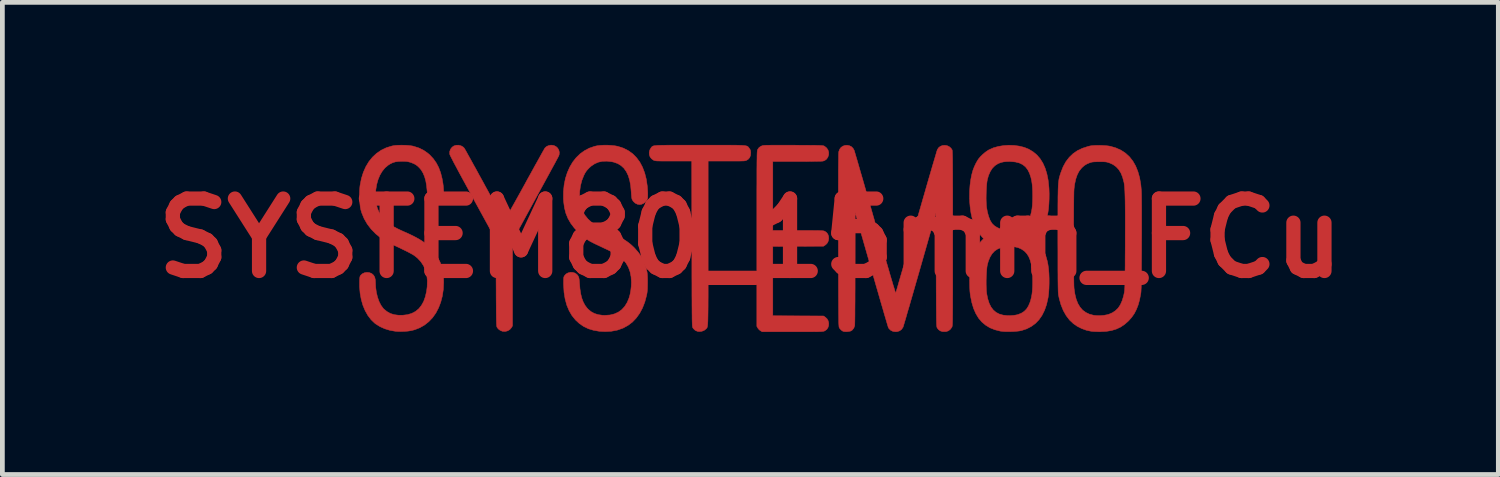
<source format=kicad_pcb>
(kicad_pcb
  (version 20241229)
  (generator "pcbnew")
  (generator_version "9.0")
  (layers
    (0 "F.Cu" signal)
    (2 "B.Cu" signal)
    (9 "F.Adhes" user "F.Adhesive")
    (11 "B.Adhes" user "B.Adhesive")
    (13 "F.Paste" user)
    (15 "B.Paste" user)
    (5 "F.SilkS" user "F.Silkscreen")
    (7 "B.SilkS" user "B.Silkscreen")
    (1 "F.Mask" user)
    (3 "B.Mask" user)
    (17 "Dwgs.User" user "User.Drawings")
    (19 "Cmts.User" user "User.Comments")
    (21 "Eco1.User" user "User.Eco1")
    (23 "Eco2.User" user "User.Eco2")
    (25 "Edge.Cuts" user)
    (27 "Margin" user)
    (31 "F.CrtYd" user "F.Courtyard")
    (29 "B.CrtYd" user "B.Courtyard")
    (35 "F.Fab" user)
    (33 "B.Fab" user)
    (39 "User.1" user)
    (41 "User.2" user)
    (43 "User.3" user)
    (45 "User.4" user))
  (footprint "SYSTEM80_15mm_FCu"
    (layer "F.Cu")
    (at 12.744 1.964)
    (property "Reference" "SYSTEM80_15mm_FCu" (at 0 0 0) (layer "F.Cu") (effects (font (size 1.524 1.524) (thickness 0.3))))
    (attr through_hole)
    (fp_poly (pts (xy -4.137 -1.952) (xy -4.092 -1.93) (xy -4.056 -1.897) (xy -4.032 -1.855) (xy -4.021 -1.809) (xy -4.025 -1.759) (xy -4.034 -1.732) (xy -4.041 -1.719) (xy -4.056 -1.69) (xy -4.078 -1.649) (xy -4.107 -1.594) (xy -4.143 -1.528) (xy -4.185 -1.452) (xy -4.231 -1.366) (xy -4.283 -1.271) (xy -4.338 -1.17) (xy -4.397 -1.062) (xy -4.459 -0.949) (xy -4.523 -0.832) (xy -4.53 -0.819) (xy -5.007 0.054) (xy -5.007 1.844) (xy -5.029 1.882) (xy -5.062 1.921) (xy -5.106 1.948) (xy -5.157 1.962) (xy -5.21 1.96) (xy -5.22 1.958) (xy -5.265 1.94) (xy -5.305 1.91) (xy -5.332 1.875) (xy -5.334 1.869) (xy -5.337 1.862) (xy -5.339 1.851) (xy -5.341 1.836) (xy -5.342 1.815) (xy -5.344 1.789) (xy -5.345 1.755) (xy -5.346 1.712) (xy -5.347 1.66) (xy -5.348 1.598) (xy -5.349 1.523) (xy -5.349 1.436) (xy -5.35 1.335) (xy -5.351 1.219) (xy -5.351 1.087) (xy -5.352 0.939) (xy -5.357 0.032) (xy -5.84 -0.85) (xy -5.921 -0.999) (xy -5.994 -1.133) (xy -6.059 -1.252) (xy -6.116 -1.357) (xy -6.165 -1.449) (xy -6.207 -1.528) (xy -6.243 -1.594) (xy -6.271 -1.65) (xy -6.294 -1.694) (xy -6.311 -1.728) (xy -6.322 -1.752) (xy -6.328 -1.768) (xy -6.329 -1.772) (xy -6.328 -1.827) (xy -6.31 -1.875) (xy -6.278 -1.916) (xy -6.241 -1.942) (xy -6.193 -1.957) (xy -6.142 -1.958) (xy -6.092 -1.946) (xy -6.049 -1.922) (xy -6.021 -1.895) (xy -6.014 -1.882) (xy -5.998 -1.855) (xy -5.975 -1.815) (xy -5.946 -1.762) (xy -5.91 -1.697) (xy -5.869 -1.623) (xy -5.823 -1.539) (xy -5.772 -1.448) (xy -5.719 -1.35) (xy -5.662 -1.247) (xy -5.603 -1.139) (xy -5.593 -1.12) (xy -5.534 -1.013) (xy -5.478 -0.91) (xy -5.424 -0.812) (xy -5.375 -0.722) (xy -5.329 -0.639) (xy -5.289 -0.565) (xy -5.254 -0.502) (xy -5.225 -0.449) (xy -5.203 -0.409) (xy -5.188 -0.382) (xy -5.181 -0.37) (xy -5.18 -0.37) (xy -5.175 -0.376) (xy -5.162 -0.398) (xy -5.141 -0.433) (xy -5.114 -0.481) (xy -5.08 -0.541) (xy -5.04 -0.611) (xy -4.995 -0.691) (xy -4.946 -0.779) (xy -4.893 -0.874) (xy -4.837 -0.975) (xy -4.778 -1.082) (xy -4.758 -1.118) (xy -4.699 -1.227) (xy -4.641 -1.331) (xy -4.586 -1.431) (xy -4.535 -1.524) (xy -4.487 -1.609) (xy -4.445 -1.685) (xy -4.408 -1.752) (xy -4.377 -1.808) (xy -4.352 -1.851) (xy -4.335 -1.882) (xy -4.326 -1.898) (xy -4.324 -1.899) (xy -4.295 -1.927) (xy -4.255 -1.947) (xy -4.208 -1.958) (xy -4.188 -1.959) (xy -4.137 -1.952)) (stroke (width 0.01) (type solid)) (fill yes) (layer "F.Cu"))
    (fp_poly (pts (xy 0.715 -1.958) (xy 0.839 -1.958) (xy 0.912 -1.958) (xy 1.033 -1.957) (xy 1.137 -1.957) (xy 1.225 -1.956) (xy 1.3 -1.955) (xy 1.361 -1.955) (xy 1.412 -1.954) (xy 1.452 -1.953) (xy 1.483 -1.951) (xy 1.507 -1.95) (xy 1.524 -1.948) (xy 1.537 -1.946) (xy 1.547 -1.943) (xy 1.554 -1.94) (xy 1.559 -1.937) (xy 1.603 -1.902) (xy 1.634 -1.858) (xy 1.649 -1.808) (xy 1.648 -1.757) (xy 1.631 -1.706) (xy 1.602 -1.664) (xy 1.566 -1.637) (xy 1.528 -1.623) (xy 1.512 -1.622) (xy 1.48 -1.62) (xy 1.434 -1.619) (xy 1.374 -1.618) (xy 1.304 -1.617) (xy 1.224 -1.616) (xy 1.137 -1.615) (xy 1.044 -1.615) (xy 0.982 -1.615) (xy 0.472 -1.615) (xy 0.472 -0.163) (xy 1 -0.163) (xy 1.112 -0.163) (xy 1.207 -0.163) (xy 1.287 -0.163) (xy 1.353 -0.162) (xy 1.406 -0.162) (xy 1.449 -0.161) (xy 1.483 -0.159) (xy 1.509 -0.158) (xy 1.528 -0.156) (xy 1.543 -0.154) (xy 1.554 -0.151) (xy 1.563 -0.147) (xy 1.566 -0.146) (xy 1.604 -0.12) (xy 1.631 -0.083) (xy 1.646 -0.039) (xy 1.65 0.009) (xy 1.641 0.056) (xy 1.621 0.099) (xy 1.588 0.135) (xy 1.578 0.142) (xy 1.539 0.168) (xy 1.005 0.17) (xy 0.472 0.173) (xy 0.472 1.632) (xy 1.005 1.635) (xy 1.539 1.637) (xy 1.578 1.663) (xy 1.614 1.697) (xy 1.638 1.739) (xy 1.649 1.785) (xy 1.648 1.833) (xy 1.634 1.879) (xy 1.609 1.918) (xy 1.571 1.947) (xy 1.566 1.95) (xy 1.558 1.953) (xy 1.55 1.956) (xy 1.54 1.959) (xy 1.526 1.961) (xy 1.508 1.963) (xy 1.484 1.965) (xy 1.453 1.966) (xy 1.414 1.967) (xy 1.364 1.967) (xy 1.304 1.968) (xy 1.231 1.968) (xy 1.144 1.968) (xy 1.042 1.968) (xy 0.924 1.968) (xy 0.888 1.968) (xy 0.249 1.968) (xy 0.213 1.948) (xy 0.184 1.925) (xy 0.16 1.896) (xy 0.157 1.891) (xy 0.136 1.855) (xy 0.136 0.011) (xy 0.136 -0.204) (xy 0.136 -0.402) (xy 0.136 -0.583) (xy 0.136 -0.748) (xy 0.136 -0.898) (xy 0.136 -1.034) (xy 0.137 -1.156) (xy 0.137 -1.265) (xy 0.137 -1.362) (xy 0.137 -1.447) (xy 0.138 -1.522) (xy 0.138 -1.587) (xy 0.139 -1.643) (xy 0.14 -1.69) (xy 0.14 -1.73) (xy 0.141 -1.763) (xy 0.142 -1.79) (xy 0.143 -1.811) (xy 0.145 -1.828) (xy 0.146 -1.84) (xy 0.148 -1.85) (xy 0.149 -1.857) (xy 0.151 -1.862) (xy 0.153 -1.867) (xy 0.154 -1.868) (xy 0.183 -1.909) (xy 0.225 -1.937) (xy 0.259 -1.95) (xy 0.272 -1.952) (xy 0.296 -1.954) (xy 0.332 -1.956) (xy 0.38 -1.957) (xy 0.442 -1.958) (xy 0.518 -1.958) (xy 0.609 -1.958) (xy 0.715 -1.958)) (stroke (width 0.01) (type solid)) (fill yes) (layer "F.Cu"))
    (fp_poly (pts (xy -0.645 -1.959) (xy -0.539 -1.959) (xy -0.446 -1.959) (xy -0.366 -1.958) (xy -0.298 -1.958) (xy -0.241 -1.956) (xy -0.194 -1.955) (xy -0.155 -1.952) (xy -0.124 -1.95) (xy -0.1 -1.946) (xy -0.081 -1.942) (xy -0.067 -1.937) (xy -0.056 -1.931) (xy -0.048 -1.924) (xy -0.041 -1.917) (xy -0.035 -1.908) (xy -0.027 -1.898) (xy -0.024 -1.893) (xy -0.007 -1.869) (xy 0.002 -1.843) (xy 0.007 -1.809) (xy 0.007 -1.803) (xy 0.003 -1.745) (xy -0.015 -1.697) (xy -0.048 -1.66) (xy -0.072 -1.645) (xy -0.082 -1.64) (xy -0.092 -1.635) (xy -0.103 -1.632) (xy -0.118 -1.629) (xy -0.138 -1.627) (xy -0.166 -1.626) (xy -0.202 -1.625) (xy -0.248 -1.624) (xy -0.307 -1.624) (xy -0.379 -1.624) (xy -0.468 -1.624) (xy -0.889 -1.624) (xy -0.889 0.105) (xy -0.889 0.315) (xy -0.889 0.507) (xy -0.889 0.683) (xy -0.889 0.843) (xy -0.889 0.988) (xy -0.889 1.119) (xy -0.889 1.236) (xy -0.89 1.34) (xy -0.89 1.433) (xy -0.891 1.514) (xy -0.892 1.585) (xy -0.893 1.646) (xy -0.894 1.698) (xy -0.895 1.742) (xy -0.897 1.778) (xy -0.899 1.808) (xy -0.901 1.833) (xy -0.904 1.852) (xy -0.907 1.866) (xy -0.91 1.878) (xy -0.914 1.886) (xy -0.918 1.892) (xy -0.922 1.898) (xy -0.927 1.902) (xy -0.933 1.907) (xy -0.938 1.913) (xy -0.975 1.941) (xy -1.023 1.959) (xy -1.075 1.965) (xy -1.115 1.96) (xy -1.161 1.939) (xy -1.199 1.903) (xy -1.211 1.886) (xy -1.213 1.882) (xy -1.215 1.877) (xy -1.217 1.871) (xy -1.219 1.863) (xy -1.22 1.852) (xy -1.222 1.837) (xy -1.223 1.818) (xy -1.224 1.793) (xy -1.225 1.763) (xy -1.226 1.725) (xy -1.227 1.68) (xy -1.227 1.627) (xy -1.228 1.564) (xy -1.228 1.492) (xy -1.229 1.409) (xy -1.229 1.315) (xy -1.23 1.208) (xy -1.23 1.088) (xy -1.23 0.955) (xy -1.231 0.807) (xy -1.231 0.644) (xy -1.231 0.465) (xy -1.231 0.269) (xy -1.232 0.116) (xy -1.234 -1.624) (xy -1.616 -1.624) (xy -1.71 -1.624) (xy -1.787 -1.624) (xy -1.85 -1.624) (xy -1.899 -1.625) (xy -1.938 -1.626) (xy -1.968 -1.627) (xy -1.99 -1.629) (xy -2.006 -1.632) (xy -2.019 -1.635) (xy -2.03 -1.639) (xy -2.039 -1.643) (xy -2.081 -1.673) (xy -2.111 -1.712) (xy -2.127 -1.759) (xy -2.129 -1.809) (xy -2.117 -1.858) (xy -2.09 -1.904) (xy -2.088 -1.906) (xy -2.082 -1.915) (xy -2.075 -1.922) (xy -2.069 -1.929) (xy -2.061 -1.934) (xy -2.05 -1.939) (xy -2.036 -1.944) (xy -2.017 -1.947) (xy -1.992 -1.95) (xy -1.961 -1.953) (xy -1.922 -1.955) (xy -1.874 -1.956) (xy -1.816 -1.957) (xy -1.747 -1.958) (xy -1.667 -1.959) (xy -1.573 -1.959) (xy -1.466 -1.959) (xy -1.343 -1.959) (xy -1.204 -1.959) (xy -1.059 -1.959) (xy -0.905 -1.959) (xy -0.767 -1.959) (xy -0.645 -1.959)) (stroke (width 0.01) (type solid)) (fill yes) (layer "F.Cu"))
    (fp_poly (pts (xy -7.273 -1.957) (xy -7.204 -1.953) (xy -7.144 -1.946) (xy -7.096 -1.938) (xy -7.095 -1.937) (xy -6.981 -1.901) (xy -6.878 -1.851) (xy -6.787 -1.787) (xy -6.747 -1.752) (xy -6.674 -1.674) (xy -6.612 -1.586) (xy -6.561 -1.489) (xy -6.52 -1.38) (xy -6.489 -1.257) (xy -6.472 -1.161) (xy -6.464 -1.099) (xy -6.459 -1.035) (xy -6.456 -0.972) (xy -6.456 -0.914) (xy -6.458 -0.864) (xy -6.463 -0.826) (xy -6.47 -0.802) (xy -6.503 -0.759) (xy -6.546 -0.729) (xy -6.595 -0.712) (xy -6.646 -0.71) (xy -6.697 -0.724) (xy -6.721 -0.738) (xy -6.744 -0.756) (xy -6.762 -0.777) (xy -6.776 -0.804) (xy -6.787 -0.84) (xy -6.794 -0.886) (xy -6.8 -0.947) (xy -6.803 -0.986) (xy -6.815 -1.104) (xy -6.832 -1.206) (xy -6.857 -1.295) (xy -6.889 -1.371) (xy -6.928 -1.436) (xy -6.96 -1.475) (xy -6.999 -1.514) (xy -7.038 -1.544) (xy -7.081 -1.568) (xy -7.135 -1.59) (xy -7.146 -1.594) (xy -7.179 -1.604) (xy -7.209 -1.611) (xy -7.241 -1.616) (xy -7.281 -1.618) (xy -7.33 -1.619) (xy -7.406 -1.616) (xy -7.47 -1.608) (xy -7.526 -1.591) (xy -7.58 -1.565) (xy -7.623 -1.538) (xy -7.69 -1.482) (xy -7.748 -1.411) (xy -7.798 -1.327) (xy -7.837 -1.233) (xy -7.866 -1.129) (xy -7.884 -1.017) (xy -7.891 -0.9) (xy -7.889 -0.839) (xy -7.877 -0.729) (xy -7.851 -0.63) (xy -7.812 -0.54) (xy -7.758 -0.458) (xy -7.716 -0.41) (xy -7.667 -0.361) (xy -7.617 -0.317) (xy -7.564 -0.278) (xy -7.505 -0.241) (xy -7.436 -0.204) (xy -7.356 -0.166) (xy -7.298 -0.14) (xy -7.177 -0.086) (xy -7.071 -0.034) (xy -6.979 0.016) (xy -6.899 0.066) (xy -6.829 0.116) (xy -6.768 0.169) (xy -6.712 0.225) (xy -6.661 0.285) (xy -6.649 0.301) (xy -6.582 0.401) (xy -6.53 0.505) (xy -6.492 0.615) (xy -6.468 0.733) (xy -6.457 0.862) (xy -6.456 0.93) (xy -6.463 1.078) (xy -6.484 1.218) (xy -6.518 1.348) (xy -6.564 1.467) (xy -6.621 1.576) (xy -6.69 1.673) (xy -6.77 1.757) (xy -6.86 1.828) (xy -6.96 1.885) (xy -7.068 1.927) (xy -7.14 1.945) (xy -7.204 1.955) (xy -7.279 1.961) (xy -7.357 1.964) (xy -7.429 1.962) (xy -7.469 1.959) (xy -7.585 1.939) (xy -7.694 1.906) (xy -7.795 1.861) (xy -7.883 1.806) (xy -7.908 1.787) (xy -7.984 1.714) (xy -8.051 1.626) (xy -8.108 1.525) (xy -8.155 1.413) (xy -8.19 1.291) (xy -8.214 1.161) (xy -8.226 1.024) (xy -8.226 0.923) (xy -8.225 0.874) (xy -8.222 0.839) (xy -8.219 0.815) (xy -8.213 0.798) (xy -8.205 0.784) (xy -8.205 0.783) (xy -8.17 0.75) (xy -8.125 0.728) (xy -8.074 0.719) (xy -8.023 0.723) (xy -7.976 0.741) (xy -7.967 0.746) (xy -7.93 0.779) (xy -7.906 0.822) (xy -7.894 0.877) (xy -7.892 0.917) (xy -7.887 1.031) (xy -7.872 1.14) (xy -7.848 1.24) (xy -7.816 1.331) (xy -7.776 1.41) (xy -7.729 1.475) (xy -7.714 1.491) (xy -7.649 1.544) (xy -7.578 1.584) (xy -7.498 1.609) (xy -7.407 1.621) (xy -7.317 1.621) (xy -7.216 1.609) (xy -7.127 1.582) (xy -7.048 1.541) (xy -6.98 1.485) (xy -6.923 1.414) (xy -6.876 1.329) (xy -6.841 1.23) (xy -6.815 1.115) (xy -6.803 1.022) (xy -6.799 0.898) (xy -6.81 0.783) (xy -6.837 0.677) (xy -6.879 0.58) (xy -6.936 0.494) (xy -7.008 0.417) (xy -7.079 0.361) (xy -7.107 0.344) (xy -7.148 0.321) (xy -7.2 0.293) (xy -7.26 0.263) (xy -7.324 0.232) (xy -7.389 0.2) (xy -7.454 0.17) (xy -7.514 0.143) (xy -7.525 0.138) (xy -7.657 0.073) (xy -7.778 -0.005) (xy -7.886 -0.093) (xy -7.981 -0.19) (xy -8.063 -0.297) (xy -8.129 -0.411) (xy -8.179 -0.531) (xy -8.198 -0.594) (xy -8.211 -0.659) (xy -8.22 -0.737) (xy -8.226 -0.824) (xy -8.228 -0.913) (xy -8.225 -1.001) (xy -8.219 -1.083) (xy -8.215 -1.114) (xy -8.187 -1.257) (xy -8.146 -1.388) (xy -8.093 -1.507) (xy -8.029 -1.613) (xy -7.953 -1.707) (xy -7.867 -1.787) (xy -7.77 -1.853) (xy -7.664 -1.904) (xy -7.548 -1.94) (xy -7.521 -1.946) (xy -7.473 -1.953) (xy -7.412 -1.957) (xy -7.343 -1.958) (xy -7.273 -1.957)) (stroke (width 0.01) (type solid)) (fill yes) (layer "F.Cu"))
    (fp_poly (pts (xy -3.005 -1.958) (xy -2.924 -1.953) (xy -2.849 -1.945) (xy -2.786 -1.933) (xy -2.785 -1.932) (xy -2.671 -1.895) (xy -2.569 -1.843) (xy -2.477 -1.777) (xy -2.397 -1.696) (xy -2.328 -1.603) (xy -2.271 -1.496) (xy -2.225 -1.375) (xy -2.191 -1.242) (xy -2.17 -1.097) (xy -2.162 -0.993) (xy -2.16 -0.945) (xy -2.16 -0.901) (xy -2.161 -0.865) (xy -2.162 -0.842) (xy -2.163 -0.841) (xy -2.179 -0.8) (xy -2.208 -0.764) (xy -2.248 -0.734) (xy -2.292 -0.714) (xy -2.331 -0.708) (xy -2.379 -0.716) (xy -2.425 -0.739) (xy -2.463 -0.774) (xy -2.489 -0.815) (xy -2.493 -0.828) (xy -2.497 -0.848) (xy -2.501 -0.882) (xy -2.505 -0.925) (xy -2.508 -0.971) (xy -2.508 -0.973) (xy -2.519 -1.102) (xy -2.54 -1.217) (xy -2.57 -1.317) (xy -2.611 -1.402) (xy -2.661 -1.473) (xy -2.722 -1.529) (xy -2.793 -1.572) (xy -2.875 -1.601) (xy -2.917 -1.61) (xy -3.02 -1.622) (xy -3.114 -1.619) (xy -3.199 -1.601) (xy -3.278 -1.567) (xy -3.352 -1.517) (xy -3.394 -1.479) (xy -3.431 -1.44) (xy -3.458 -1.406) (xy -3.482 -1.368) (xy -3.504 -1.324) (xy -3.547 -1.217) (xy -3.577 -1.1) (xy -3.593 -0.979) (xy -3.596 -0.858) (xy -3.584 -0.741) (xy -3.57 -0.671) (xy -3.536 -0.577) (xy -3.485 -0.487) (xy -3.418 -0.404) (xy -3.334 -0.327) (xy -3.331 -0.325) (xy -3.292 -0.295) (xy -3.253 -0.268) (xy -3.211 -0.242) (xy -3.163 -0.216) (xy -3.107 -0.188) (xy -3.039 -0.156) (xy -2.965 -0.123) (xy -2.862 -0.076) (xy -2.774 -0.033) (xy -2.697 0.007) (xy -2.631 0.047) (xy -2.572 0.088) (xy -2.518 0.131) (xy -2.467 0.178) (xy -2.435 0.21) (xy -2.359 0.297) (xy -2.297 0.384) (xy -2.249 0.475) (xy -2.21 0.576) (xy -2.21 0.576) (xy -2.195 0.627) (xy -2.183 0.672) (xy -2.174 0.714) (xy -2.169 0.758) (xy -2.166 0.808) (xy -2.164 0.867) (xy -2.164 0.934) (xy -2.165 1.002) (xy -2.166 1.056) (xy -2.169 1.1) (xy -2.173 1.138) (xy -2.179 1.175) (xy -2.185 1.204) (xy -2.222 1.343) (xy -2.271 1.469) (xy -2.331 1.581) (xy -2.402 1.68) (xy -2.483 1.765) (xy -2.576 1.835) (xy -2.678 1.891) (xy -2.79 1.931) (xy -2.812 1.937) (xy -2.931 1.959) (xy -3.059 1.965) (xy -3.178 1.959) (xy -3.3 1.938) (xy -3.41 1.905) (xy -3.51 1.857) (xy -3.601 1.794) (xy -3.68 1.721) (xy -3.754 1.63) (xy -3.815 1.526) (xy -3.864 1.409) (xy -3.899 1.28) (xy -3.922 1.139) (xy -3.931 0.985) (xy -3.932 0.962) (xy -3.932 0.908) (xy -3.931 0.868) (xy -3.93 0.84) (xy -3.927 0.821) (xy -3.922 0.806) (xy -3.914 0.792) (xy -3.912 0.788) (xy -3.88 0.753) (xy -3.838 0.73) (xy -3.79 0.718) (xy -3.741 0.719) (xy -3.694 0.733) (xy -3.667 0.75) (xy -3.642 0.772) (xy -3.625 0.796) (xy -3.612 0.825) (xy -3.604 0.863) (xy -3.599 0.913) (xy -3.597 0.942) (xy -3.587 1.063) (xy -3.571 1.169) (xy -3.549 1.26) (xy -3.519 1.34) (xy -3.482 1.41) (xy -3.437 1.47) (xy -3.414 1.495) (xy -3.353 1.546) (xy -3.283 1.584) (xy -3.204 1.609) (xy -3.113 1.622) (xy -3.057 1.623) (xy -2.954 1.616) (xy -2.861 1.593) (xy -2.779 1.556) (xy -2.706 1.503) (xy -2.645 1.436) (xy -2.594 1.354) (xy -2.554 1.259) (xy -2.533 1.184) (xy -2.517 1.098) (xy -2.507 1.01) (xy -2.504 0.93) (xy -2.511 0.813) (xy -2.532 0.708) (xy -2.567 0.612) (xy -2.616 0.526) (xy -2.681 0.449) (xy -2.716 0.415) (xy -2.754 0.384) (xy -2.798 0.353) (xy -2.851 0.322) (xy -2.915 0.288) (xy -2.993 0.249) (xy -3.021 0.236) (xy -3.079 0.209) (xy -3.14 0.18) (xy -3.199 0.152) (xy -3.25 0.128) (xy -3.28 0.114) (xy -3.378 0.063) (xy -3.465 0.008) (xy -3.546 -0.056) (xy -3.613 -0.117) (xy -3.705 -0.215) (xy -3.78 -0.313) (xy -3.839 -0.415) (xy -3.883 -0.523) (xy -3.913 -0.639) (xy -3.93 -0.765) (xy -3.935 -0.832) (xy -3.934 -0.981) (xy -3.92 -1.123) (xy -3.893 -1.257) (xy -3.853 -1.382) (xy -3.802 -1.497) (xy -3.74 -1.602) (xy -3.667 -1.695) (xy -3.584 -1.776) (xy -3.491 -1.843) (xy -3.39 -1.896) (xy -3.28 -1.934) (xy -3.225 -1.946) (xy -3.161 -1.954) (xy -3.086 -1.958) (xy -3.005 -1.958)) (stroke (width 0.01) (type solid)) (fill yes) (layer "F.Cu"))
    (fp_poly (pts (xy 7.397 -1.953) (xy 7.466 -1.949) (xy 7.528 -1.943) (xy 7.579 -1.935) (xy 7.581 -1.934) (xy 7.698 -1.899) (xy 7.803 -1.851) (xy 7.897 -1.789) (xy 7.979 -1.714) (xy 8.05 -1.624) (xy 8.109 -1.521) (xy 8.156 -1.404) (xy 8.193 -1.273) (xy 8.218 -1.128) (xy 8.228 -1.019) (xy 8.23 -0.983) (xy 8.232 -0.928) (xy 8.233 -0.856) (xy 8.234 -0.765) (xy 8.235 -0.657) (xy 8.235 -0.531) (xy 8.235 -0.388) (xy 8.235 -0.227) (xy 8.235 -0.048) (xy 8.234 0.104) (xy 8.234 0.262) (xy 8.233 0.403) (xy 8.232 0.528) (xy 8.232 0.639) (xy 8.231 0.735) (xy 8.23 0.818) (xy 8.229 0.89) (xy 8.228 0.951) (xy 8.227 1.003) (xy 8.226 1.046) (xy 8.224 1.081) (xy 8.223 1.111) (xy 8.221 1.135) (xy 8.219 1.155) (xy 8.217 1.171) (xy 8.215 1.179) (xy 8.191 1.301) (xy 8.161 1.408) (xy 8.124 1.502) (xy 8.081 1.586) (xy 8.028 1.662) (xy 7.966 1.733) (xy 7.956 1.743) (xy 7.877 1.813) (xy 7.792 1.87) (xy 7.7 1.913) (xy 7.6 1.943) (xy 7.489 1.961) (xy 7.365 1.967) (xy 7.336 1.967) (xy 7.286 1.966) (xy 7.238 1.964) (xy 7.196 1.961) (xy 7.171 1.958) (xy 7.072 1.937) (xy 6.973 1.901) (xy 6.88 1.854) (xy 6.799 1.798) (xy 6.717 1.721) (xy 6.647 1.629) (xy 6.587 1.523) (xy 6.538 1.402) (xy 6.5 1.267) (xy 6.484 1.188) (xy 6.483 1.174) (xy 6.481 1.154) (xy 6.479 1.127) (xy 6.478 1.091) (xy 6.477 1.047) (xy 6.476 0.993) (xy 6.475 0.928) (xy 6.474 0.852) (xy 6.474 0.764) (xy 6.473 0.662) (xy 6.473 0.546) (xy 6.473 0.415) (xy 6.473 0.268) (xy 6.472 0.104) (xy 6.472 0.018) (xy 6.803 0.018) (xy 6.803 0.142) (xy 6.804 0.264) (xy 6.804 0.383) (xy 6.804 0.497) (xy 6.805 0.605) (xy 6.806 0.706) (xy 6.807 0.796) (xy 6.808 0.876) (xy 6.809 0.944) (xy 6.81 0.998) (xy 6.812 1.036) (xy 6.813 1.054) (xy 6.831 1.176) (xy 6.857 1.282) (xy 6.893 1.374) (xy 6.939 1.451) (xy 6.994 1.514) (xy 7.061 1.563) (xy 7.137 1.599) (xy 7.225 1.622) (xy 7.238 1.624) (xy 7.3 1.629) (xy 7.37 1.629) (xy 7.441 1.623) (xy 7.507 1.611) (xy 7.544 1.601) (xy 7.621 1.568) (xy 7.686 1.524) (xy 7.742 1.469) (xy 7.788 1.4) (xy 7.825 1.316) (xy 7.855 1.218) (xy 7.871 1.142) (xy 7.873 1.127) (xy 7.876 1.109) (xy 7.878 1.088) (xy 7.879 1.063) (xy 7.881 1.033) (xy 7.882 0.995) (xy 7.883 0.95) (xy 7.885 0.897) (xy 7.885 0.833) (xy 7.886 0.758) (xy 7.887 0.672) (xy 7.888 0.571) (xy 7.888 0.457) (xy 7.889 0.327) (xy 7.89 0.18) (xy 7.89 0.125) (xy 7.89 -0.051) (xy 7.891 -0.211) (xy 7.891 -0.354) (xy 7.891 -0.482) (xy 7.89 -0.596) (xy 7.889 -0.697) (xy 7.888 -0.785) (xy 7.886 -0.863) (xy 7.884 -0.93) (xy 7.882 -0.988) (xy 7.879 -1.038) (xy 7.876 -1.081) (xy 7.872 -1.118) (xy 7.868 -1.15) (xy 7.863 -1.178) (xy 7.861 -1.184) (xy 7.834 -1.286) (xy 7.799 -1.373) (xy 7.754 -1.445) (xy 7.699 -1.504) (xy 7.634 -1.551) (xy 7.557 -1.586) (xy 7.548 -1.589) (xy 7.523 -1.597) (xy 7.499 -1.603) (xy 7.473 -1.607) (xy 7.439 -1.609) (xy 7.395 -1.61) (xy 7.343 -1.61) (xy 7.286 -1.609) (xy 7.243 -1.608) (xy 7.21 -1.605) (xy 7.185 -1.601) (xy 7.162 -1.595) (xy 7.144 -1.589) (xy 7.083 -1.563) (xy 7.033 -1.533) (xy 6.988 -1.494) (xy 6.97 -1.476) (xy 6.92 -1.413) (xy 6.88 -1.336) (xy 6.849 -1.246) (xy 6.826 -1.14) (xy 6.814 -1.048) (xy 6.812 -1.023) (xy 6.81 -0.981) (xy 6.809 -0.924) (xy 6.808 -0.853) (xy 6.807 -0.77) (xy 6.806 -0.677) (xy 6.805 -0.575) (xy 6.805 -0.465) (xy 6.804 -0.349) (xy 6.804 -0.229) (xy 6.803 -0.106) (xy 6.803 0.018) (xy 6.472 0.018) (xy 6.472 0.009) (xy 6.472 -0.163) (xy 6.472 -0.317) (xy 6.473 -0.456) (xy 6.473 -0.579) (xy 6.473 -0.688) (xy 6.474 -0.785) (xy 6.474 -0.87) (xy 6.476 -0.944) (xy 6.477 -1.008) (xy 6.479 -1.063) (xy 6.481 -1.111) (xy 6.484 -1.152) (xy 6.488 -1.188) (xy 6.492 -1.219) (xy 6.496 -1.247) (xy 6.502 -1.272) (xy 6.508 -1.296) (xy 6.515 -1.319) (xy 6.522 -1.343) (xy 6.531 -1.369) (xy 6.537 -1.387) (xy 6.584 -1.507) (xy 6.642 -1.612) (xy 6.711 -1.702) (xy 6.791 -1.779) (xy 6.883 -1.843) (xy 6.988 -1.893) (xy 7.105 -1.931) (xy 7.153 -1.943) (xy 7.199 -1.949) (xy 7.259 -1.953) (xy 7.326 -1.954) (xy 7.397 -1.953)) (stroke (width 0.01) (type solid)) (fill yes) (layer "F.Cu"))
    (fp_poly (pts (xy 5.553 -1.953) (xy 5.662 -1.938) (xy 5.765 -1.912) (xy 5.857 -1.875) (xy 5.859 -1.874) (xy 5.95 -1.819) (xy 6.03 -1.753) (xy 6.098 -1.674) (xy 6.156 -1.582) (xy 6.203 -1.477) (xy 6.24 -1.358) (xy 6.267 -1.225) (xy 6.283 -1.077) (xy 6.286 -1.035) (xy 6.289 -0.933) (xy 6.288 -0.826) (xy 6.283 -0.719) (xy 6.275 -0.619) (xy 6.263 -0.537) (xy 6.25 -0.473) (xy 6.232 -0.403) (xy 6.21 -0.333) (xy 6.186 -0.269) (xy 6.163 -0.217) (xy 6.159 -0.209) (xy 6.137 -0.171) (xy 6.109 -0.129) (xy 6.078 -0.088) (xy 6.049 -0.051) (xy 6.024 -0.024) (xy 6.016 -0.017) (xy 5.992 0.003) (xy 6.031 0.044) (xy 6.103 0.134) (xy 6.164 0.237) (xy 6.213 0.353) (xy 6.25 0.484) (xy 6.264 0.557) (xy 6.276 0.642) (xy 6.284 0.74) (xy 6.288 0.846) (xy 6.288 0.954) (xy 6.285 1.061) (xy 6.278 1.16) (xy 6.267 1.247) (xy 6.264 1.261) (xy 6.234 1.396) (xy 6.192 1.516) (xy 6.139 1.623) (xy 6.075 1.715) (xy 6 1.793) (xy 5.913 1.857) (xy 5.814 1.908) (xy 5.71 1.942) (xy 5.662 1.952) (xy 5.6 1.959) (xy 5.53 1.964) (xy 5.457 1.966) (xy 5.385 1.966) (xy 5.32 1.962) (xy 5.266 1.956) (xy 5.259 1.955) (xy 5.145 1.926) (xy 5.042 1.885) (xy 4.952 1.83) (xy 4.872 1.763) (xy 4.803 1.682) (xy 4.746 1.587) (xy 4.698 1.478) (xy 4.661 1.354) (xy 4.633 1.215) (xy 4.626 1.166) (xy 4.621 1.119) (xy 4.618 1.058) (xy 4.616 0.988) (xy 4.616 0.97) (xy 4.963 0.97) (xy 4.965 1.044) (xy 4.968 1.11) (xy 4.974 1.163) (xy 4.974 1.166) (xy 4.996 1.276) (xy 5.026 1.369) (xy 5.065 1.448) (xy 5.114 1.512) (xy 5.172 1.561) (xy 5.241 1.597) (xy 5.321 1.619) (xy 5.413 1.629) (xy 5.484 1.628) (xy 5.54 1.624) (xy 5.593 1.616) (xy 5.634 1.606) (xy 5.704 1.578) (xy 5.763 1.54) (xy 5.812 1.491) (xy 5.852 1.428) (xy 5.885 1.351) (xy 5.9 1.305) (xy 5.915 1.243) (xy 5.927 1.178) (xy 5.935 1.106) (xy 5.94 1.023) (xy 5.942 0.927) (xy 5.942 0.902) (xy 5.939 0.769) (xy 5.929 0.651) (xy 5.913 0.549) (xy 5.889 0.461) (xy 5.858 0.386) (xy 5.818 0.324) (xy 5.77 0.273) (xy 5.713 0.233) (xy 5.647 0.203) (xy 5.62 0.194) (xy 5.569 0.183) (xy 5.508 0.178) (xy 5.44 0.177) (xy 5.373 0.18) (xy 5.313 0.188) (xy 5.275 0.197) (xy 5.202 0.228) (xy 5.139 0.271) (xy 5.086 0.328) (xy 5.043 0.4) (xy 5.008 0.486) (xy 4.988 0.559) (xy 4.98 0.604) (xy 4.974 0.664) (xy 4.969 0.735) (xy 4.965 0.812) (xy 4.963 0.892) (xy 4.963 0.97) (xy 4.616 0.97) (xy 4.615 0.914) (xy 4.616 0.839) (xy 4.618 0.768) (xy 4.621 0.705) (xy 4.625 0.656) (xy 4.626 0.649) (xy 4.65 0.505) (xy 4.684 0.376) (xy 4.727 0.262) (xy 4.78 0.163) (xy 4.843 0.079) (xy 4.872 0.048) (xy 4.91 0.009) (xy 4.87 -0.034) (xy 4.806 -0.112) (xy 4.751 -0.199) (xy 4.707 -0.296) (xy 4.671 -0.405) (xy 4.644 -0.526) (xy 4.625 -0.662) (xy 4.617 -0.757) (xy 4.614 -0.835) (xy 4.962 -0.835) (xy 4.964 -0.763) (xy 4.967 -0.699) (xy 4.971 -0.656) (xy 4.989 -0.552) (xy 5.014 -0.46) (xy 5.045 -0.38) (xy 5.083 -0.316) (xy 5.09 -0.307) (xy 5.134 -0.264) (xy 5.191 -0.227) (xy 5.257 -0.197) (xy 5.329 -0.177) (xy 5.357 -0.172) (xy 5.411 -0.168) (xy 5.474 -0.168) (xy 5.539 -0.173) (xy 5.597 -0.181) (xy 5.62 -0.187) (xy 5.693 -0.212) (xy 5.755 -0.249) (xy 5.806 -0.298) (xy 5.848 -0.361) (xy 5.883 -0.439) (xy 5.9 -0.492) (xy 5.915 -0.553) (xy 5.927 -0.618) (xy 5.935 -0.69) (xy 5.94 -0.773) (xy 5.942 -0.87) (xy 5.942 -0.894) (xy 5.941 -0.987) (xy 5.937 -1.067) (xy 5.931 -1.136) (xy 5.922 -1.199) (xy 5.909 -1.259) (xy 5.906 -1.274) (xy 5.876 -1.366) (xy 5.838 -1.441) (xy 5.79 -1.503) (xy 5.731 -1.55) (xy 5.661 -1.584) (xy 5.578 -1.605) (xy 5.483 -1.614) (xy 5.455 -1.615) (xy 5.383 -1.613) (xy 5.324 -1.606) (xy 5.271 -1.593) (xy 5.219 -1.573) (xy 5.211 -1.569) (xy 5.149 -1.529) (xy 5.094 -1.474) (xy 5.049 -1.404) (xy 5.012 -1.32) (xy 4.989 -1.238) (xy 4.981 -1.194) (xy 4.974 -1.135) (xy 4.969 -1.066) (xy 4.965 -0.991) (xy 4.963 -0.912) (xy 4.962 -0.835) (xy 4.614 -0.835) (xy 4.613 -0.875) (xy 4.615 -0.995) (xy 4.623 -1.115) (xy 4.638 -1.229) (xy 4.658 -1.333) (xy 4.683 -1.425) (xy 4.686 -1.434) (xy 4.713 -1.504) (xy 4.746 -1.574) (xy 4.781 -1.636) (xy 4.804 -1.671) (xy 4.844 -1.718) (xy 4.894 -1.767) (xy 4.948 -1.812) (xy 5.002 -1.849) (xy 5.022 -1.861) (xy 5.114 -1.902) (xy 5.216 -1.931) (xy 5.326 -1.949) (xy 5.439 -1.957) (xy 5.553 -1.953)) (stroke (width 0.01) (type solid)) (fill yes) (layer "F.Cu"))
    (fp_poly (pts (xy 2.083 -1.948) (xy 2.125 -1.928) (xy 2.16 -1.894) (xy 2.183 -1.854) (xy 2.188 -1.841) (xy 2.197 -1.811) (xy 2.21 -1.765) (xy 2.228 -1.705) (xy 2.25 -1.631) (xy 2.275 -1.544) (xy 2.303 -1.446) (xy 2.335 -1.336) (xy 2.37 -1.217) (xy 2.407 -1.088) (xy 2.446 -0.951) (xy 2.487 -0.808) (xy 2.531 -0.657) (xy 2.575 -0.502) (xy 2.621 -0.342) (xy 2.627 -0.32) (xy 2.686 -0.115) (xy 2.74 0.076) (xy 2.791 0.252) (xy 2.837 0.413) (xy 2.88 0.559) (xy 2.918 0.69) (xy 2.951 0.805) (xy 2.981 0.904) (xy 3.005 0.987) (xy 3.026 1.053) (xy 3.041 1.103) (xy 3.052 1.137) (xy 3.058 1.153) (xy 3.059 1.154) (xy 3.063 1.144) (xy 3.07 1.117) (xy 3.083 1.075) (xy 3.1 1.017) (xy 3.12 0.946) (xy 3.144 0.863) (xy 3.172 0.767) (xy 3.203 0.66) (xy 3.237 0.543) (xy 3.273 0.416) (xy 3.312 0.282) (xy 3.353 0.14) (xy 3.396 -0.009) (xy 3.441 -0.164) (xy 3.486 -0.323) (xy 3.493 -0.345) (xy 3.539 -0.505) (xy 3.584 -0.66) (xy 3.627 -0.811) (xy 3.669 -0.955) (xy 3.708 -1.092) (xy 3.745 -1.22) (xy 3.78 -1.34) (xy 3.812 -1.45) (xy 3.841 -1.549) (xy 3.867 -1.636) (xy 3.889 -1.711) (xy 3.907 -1.771) (xy 3.92 -1.818) (xy 3.93 -1.848) (xy 3.934 -1.863) (xy 3.935 -1.863) (xy 3.962 -1.905) (xy 3.999 -1.934) (xy 4.043 -1.951) (xy 4.09 -1.956) (xy 4.138 -1.949) (xy 4.183 -1.929) (xy 4.221 -1.897) (xy 4.243 -1.865) (xy 4.245 -1.861) (xy 4.247 -1.855) (xy 4.249 -1.847) (xy 4.25 -1.835) (xy 4.251 -1.819) (xy 4.252 -1.798) (xy 4.253 -1.772) (xy 4.254 -1.74) (xy 4.255 -1.7) (xy 4.256 -1.653) (xy 4.256 -1.597) (xy 4.257 -1.533) (xy 4.257 -1.458) (xy 4.258 -1.372) (xy 4.258 -1.275) (xy 4.258 -1.165) (xy 4.259 -1.043) (xy 4.259 -0.907) (xy 4.259 -0.756) (xy 4.259 -0.591) (xy 4.259 -0.409) (xy 4.259 -0.211) (xy 4.259 0) (xy 4.259 0.215) (xy 4.259 0.412) (xy 4.259 0.593) (xy 4.259 0.757) (xy 4.259 0.907) (xy 4.259 1.042) (xy 4.259 1.164) (xy 4.258 1.272) (xy 4.258 1.369) (xy 4.258 1.454) (xy 4.257 1.529) (xy 4.257 1.593) (xy 4.256 1.649) (xy 4.256 1.696) (xy 4.255 1.735) (xy 4.254 1.768) (xy 4.253 1.794) (xy 4.252 1.816) (xy 4.25 1.832) (xy 4.249 1.845) (xy 4.247 1.854) (xy 4.246 1.861) (xy 4.244 1.866) (xy 4.242 1.871) (xy 4.241 1.873) (xy 4.209 1.917) (xy 4.168 1.949) (xy 4.119 1.965) (xy 4.11 1.966) (xy 4.049 1.966) (xy 3.998 1.951) (xy 3.958 1.922) (xy 3.93 1.884) (xy 3.928 1.878) (xy 3.926 1.871) (xy 3.924 1.861) (xy 3.922 1.847) (xy 3.921 1.828) (xy 3.919 1.803) (xy 3.918 1.772) (xy 3.917 1.733) (xy 3.916 1.685) (xy 3.915 1.628) (xy 3.915 1.56) (xy 3.914 1.481) (xy 3.913 1.39) (xy 3.913 1.286) (xy 3.912 1.167) (xy 3.911 1.033) (xy 3.911 0.883) (xy 3.91 0.717) (xy 3.91 0.663) (xy 3.905 -0.528) (xy 3.566 0.659) (xy 3.525 0.802) (xy 3.485 0.94) (xy 3.447 1.073) (xy 3.411 1.199) (xy 3.376 1.318) (xy 3.345 1.428) (xy 3.315 1.528) (xy 3.289 1.618) (xy 3.267 1.696) (xy 3.247 1.761) (xy 3.232 1.812) (xy 3.221 1.849) (xy 3.215 1.869) (xy 3.213 1.873) (xy 3.182 1.919) (xy 3.14 1.95) (xy 3.089 1.966) (xy 3.057 1.968) (xy 3.002 1.961) (xy 2.954 1.938) (xy 2.918 1.903) (xy 2.905 1.883) (xy 2.901 1.871) (xy 2.892 1.843) (xy 2.879 1.799) (xy 2.862 1.741) (xy 2.841 1.67) (xy 2.816 1.586) (xy 2.789 1.491) (xy 2.758 1.386) (xy 2.725 1.272) (xy 2.69 1.149) (xy 2.652 1.019) (xy 2.613 0.883) (xy 2.573 0.742) (xy 2.549 0.658) (xy 2.206 -0.54) (xy 2.205 0.63) (xy 2.204 0.775) (xy 2.204 0.916) (xy 2.204 1.051) (xy 2.203 1.178) (xy 2.203 1.298) (xy 2.202 1.409) (xy 2.201 1.51) (xy 2.201 1.6) (xy 2.2 1.677) (xy 2.199 1.741) (xy 2.198 1.79) (xy 2.197 1.823) (xy 2.196 1.839) (xy 2.196 1.84) (xy 2.178 1.89) (xy 2.146 1.931) (xy 2.128 1.945) (xy 2.104 1.956) (xy 2.068 1.963) (xy 2.028 1.967) (xy 1.988 1.966) (xy 1.956 1.961) (xy 1.95 1.959) (xy 1.914 1.935) (xy 1.881 1.9) (xy 1.87 1.882) (xy 1.868 1.878) (xy 1.867 1.872) (xy 1.865 1.862) (xy 1.864 1.849) (xy 1.863 1.832) (xy 1.861 1.809) (xy 1.86 1.78) (xy 1.859 1.745) (xy 1.859 1.702) (xy 1.858 1.651) (xy 1.857 1.592) (xy 1.857 1.522) (xy 1.856 1.442) (xy 1.856 1.351) (xy 1.855 1.249) (xy 1.855 1.133) (xy 1.854 1.004) (xy 1.854 0.861) (xy 1.854 0.704) (xy 1.853 0.53) (xy 1.853 0.34) (xy 1.853 0.134) (xy 1.853 0.041) (xy 1.852 -0.191) (xy 1.852 -0.405) (xy 1.852 -0.601) (xy 1.852 -0.781) (xy 1.852 -0.945) (xy 1.852 -1.093) (xy 1.853 -1.226) (xy 1.853 -1.344) (xy 1.853 -1.448) (xy 1.854 -1.538) (xy 1.855 -1.615) (xy 1.856 -1.679) (xy 1.856 -1.731) (xy 1.857 -1.771) (xy 1.859 -1.8) (xy 1.86 -1.818) (xy 1.861 -1.823) (xy 1.879 -1.872) (xy 1.908 -1.911) (xy 1.947 -1.938) (xy 1.991 -1.953) (xy 2.037 -1.957) (xy 2.083 -1.948)) (stroke (width 0.01) (type solid)) (fill yes) (layer "F.Cu"))
    (fp_poly (pts (xy 7.397 -1.953) (xy 7.466 -1.949) (xy 7.528 -1.943) (xy 7.579 -1.935) (xy 7.581 -1.934) (xy 7.698 -1.899) (xy 7.803 -1.851) (xy 7.897 -1.789) (xy 7.979 -1.714) (xy 8.05 -1.624) (xy 8.109 -1.521) (xy 8.156 -1.404) (xy 8.193 -1.273) (xy 8.218 -1.128) (xy 8.228 -1.019) (xy 8.23 -0.983) (xy 8.232 -0.928) (xy 8.233 -0.856) (xy 8.234 -0.765) (xy 8.235 -0.657) (xy 8.235 -0.531) (xy 8.235 -0.388) (xy 8.235 -0.227) (xy 8.235 -0.048) (xy 8.234 0.104) (xy 8.234 0.262) (xy 8.233 0.403) (xy 8.232 0.528) (xy 8.232 0.639) (xy 8.231 0.735) (xy 8.23 0.818) (xy 8.229 0.89) (xy 8.228 0.951) (xy 8.227 1.003) (xy 8.226 1.046) (xy 8.224 1.081) (xy 8.223 1.111) (xy 8.221 1.135) (xy 8.219 1.155) (xy 8.217 1.171) (xy 8.215 1.179) (xy 8.191 1.301) (xy 8.161 1.408) (xy 8.124 1.502) (xy 8.081 1.586) (xy 8.028 1.662) (xy 7.966 1.733) (xy 7.956 1.743) (xy 7.877 1.813) (xy 7.792 1.87) (xy 7.7 1.913) (xy 7.6 1.943) (xy 7.489 1.961) (xy 7.365 1.967) (xy 7.336 1.967) (xy 7.286 1.966) (xy 7.238 1.964) (xy 7.196 1.961) (xy 7.171 1.958) (xy 7.072 1.937) (xy 6.973 1.901) (xy 6.88 1.854) (xy 6.799 1.798) (xy 6.717 1.721) (xy 6.647 1.629) (xy 6.587 1.523) (xy 6.538 1.402) (xy 6.5 1.267) (xy 6.484 1.188) (xy 6.483 1.174) (xy 6.481 1.154) (xy 6.479 1.127) (xy 6.478 1.091) (xy 6.477 1.047) (xy 6.476 0.993) (xy 6.475 0.928) (xy 6.474 0.852) (xy 6.474 0.764) (xy 6.473 0.662) (xy 6.473 0.546) (xy 6.473 0.415) (xy 6.473 0.268) (xy 6.472 0.104) (xy 6.472 0.018) (xy 6.803 0.018) (xy 6.803 0.142) (xy 6.804 0.264) (xy 6.804 0.383) (xy 6.804 0.497) (xy 6.805 0.605) (xy 6.806 0.706) (xy 6.807 0.796) (xy 6.808 0.876) (xy 6.809 0.944) (xy 6.81 0.998) (xy 6.812 1.036) (xy 6.813 1.054) (xy 6.831 1.176) (xy 6.857 1.282) (xy 6.893 1.374) (xy 6.939 1.451) (xy 6.994 1.514) (xy 7.061 1.563) (xy 7.137 1.599) (xy 7.225 1.622) (xy 7.238 1.624) (xy 7.3 1.629) (xy 7.37 1.629) (xy 7.441 1.623) (xy 7.507 1.611) (xy 7.544 1.601) (xy 7.621 1.568) (xy 7.686 1.524) (xy 7.742 1.469) (xy 7.788 1.4) (xy 7.825 1.316) (xy 7.855 1.218) (xy 7.871 1.142) (xy 7.873 1.127) (xy 7.876 1.109) (xy 7.878 1.088) (xy 7.879 1.063) (xy 7.881 1.033) (xy 7.882 0.995) (xy 7.883 0.95) (xy 7.885 0.897) (xy 7.885 0.833) (xy 7.886 0.758) (xy 7.887 0.672) (xy 7.888 0.571) (xy 7.888 0.457) (xy 7.889 0.327) (xy 7.89 0.18) (xy 7.89 0.125) (xy 7.89 -0.051) (xy 7.891 -0.211) (xy 7.891 -0.354) (xy 7.891 -0.482) (xy 7.89 -0.596) (xy 7.889 -0.697) (xy 7.888 -0.785) (xy 7.886 -0.863) (xy 7.884 -0.93) (xy 7.882 -0.988) (xy 7.879 -1.038) (xy 7.876 -1.081) (xy 7.872 -1.118) (xy 7.868 -1.15) (xy 7.863 -1.178) (xy 7.861 -1.184) (xy 7.834 -1.286) (xy 7.799 -1.373) (xy 7.754 -1.445) (xy 7.699 -1.504) (xy 7.634 -1.551) (xy 7.557 -1.586) (xy 7.548 -1.589) (xy 7.523 -1.597) (xy 7.499 -1.603) (xy 7.473 -1.607) (xy 7.439 -1.609) (xy 7.395 -1.61) (xy 7.343 -1.61) (xy 7.286 -1.609) (xy 7.243 -1.608) (xy 7.21 -1.605) (xy 7.185 -1.601) (xy 7.162 -1.595) (xy 7.144 -1.589) (xy 7.083 -1.563) (xy 7.033 -1.533) (xy 6.988 -1.494) (xy 6.97 -1.476) (xy 6.92 -1.413) (xy 6.88 -1.336) (xy 6.849 -1.246) (xy 6.826 -1.14) (xy 6.814 -1.048) (xy 6.812 -1.023) (xy 6.81 -0.981) (xy 6.809 -0.924) (xy 6.808 -0.853) (xy 6.807 -0.77) (xy 6.806 -0.677) (xy 6.805 -0.575) (xy 6.805 -0.465) (xy 6.804 -0.349) (xy 6.804 -0.229) (xy 6.803 -0.106) (xy 6.803 0.018) (xy 6.472 0.018) (xy 6.472 0.009) (xy 6.472 -0.163) (xy 6.472 -0.317) (xy 6.473 -0.456) (xy 6.473 -0.579) (xy 6.473 -0.688) (xy 6.474 -0.785) (xy 6.474 -0.87) (xy 6.476 -0.944) (xy 6.477 -1.008) (xy 6.479 -1.063) (xy 6.481 -1.111) (xy 6.484 -1.152) (xy 6.488 -1.188) (xy 6.492 -1.219) (xy 6.496 -1.247) (xy 6.502 -1.272) (xy 6.508 -1.296) (xy 6.515 -1.319) (xy 6.522 -1.343) (xy 6.531 -1.369) (xy 6.537 -1.387) (xy 6.584 -1.507) (xy 6.642 -1.612) (xy 6.711 -1.702) (xy 6.791 -1.779) (xy 6.883 -1.843) (xy 6.988 -1.893) (xy 7.105 -1.931) (xy 7.153 -1.943) (xy 7.199 -1.949) (xy 7.259 -1.953) (xy 7.326 -1.954) (xy 7.397 -1.953)) (stroke (width 0.01) (type solid)) (fill yes) (layer "F.Mask"))
    (fp_poly (pts (xy 5.553 -1.953) (xy 5.662 -1.938) (xy 5.765 -1.912) (xy 5.857 -1.875) (xy 5.859 -1.874) (xy 5.95 -1.819) (xy 6.03 -1.753) (xy 6.098 -1.674) (xy 6.156 -1.582) (xy 6.203 -1.477) (xy 6.24 -1.358) (xy 6.267 -1.225) (xy 6.283 -1.077) (xy 6.286 -1.035) (xy 6.289 -0.933) (xy 6.288 -0.826) (xy 6.283 -0.719) (xy 6.275 -0.619) (xy 6.263 -0.537) (xy 6.25 -0.473) (xy 6.232 -0.403) (xy 6.21 -0.333) (xy 6.186 -0.269) (xy 6.163 -0.217) (xy 6.159 -0.209) (xy 6.137 -0.171) (xy 6.109 -0.129) (xy 6.078 -0.088) (xy 6.049 -0.051) (xy 6.024 -0.024) (xy 6.016 -0.017) (xy 5.992 0.003) (xy 6.031 0.044) (xy 6.103 0.134) (xy 6.164 0.237) (xy 6.213 0.353) (xy 6.25 0.484) (xy 6.264 0.557) (xy 6.276 0.642) (xy 6.284 0.74) (xy 6.288 0.846) (xy 6.288 0.954) (xy 6.285 1.061) (xy 6.278 1.16) (xy 6.267 1.247) (xy 6.264 1.261) (xy 6.234 1.396) (xy 6.192 1.516) (xy 6.139 1.623) (xy 6.075 1.715) (xy 6 1.793) (xy 5.913 1.857) (xy 5.814 1.908) (xy 5.71 1.942) (xy 5.662 1.952) (xy 5.6 1.959) (xy 5.53 1.964) (xy 5.457 1.966) (xy 5.385 1.966) (xy 5.32 1.962) (xy 5.266 1.956) (xy 5.259 1.955) (xy 5.145 1.926) (xy 5.042 1.885) (xy 4.952 1.83) (xy 4.872 1.763) (xy 4.803 1.682) (xy 4.746 1.587) (xy 4.698 1.478) (xy 4.661 1.354) (xy 4.633 1.215) (xy 4.626 1.166) (xy 4.621 1.119) (xy 4.618 1.058) (xy 4.616 0.988) (xy 4.616 0.97) (xy 4.963 0.97) (xy 4.965 1.044) (xy 4.968 1.11) (xy 4.974 1.163) (xy 4.974 1.166) (xy 4.996 1.276) (xy 5.026 1.369) (xy 5.065 1.448) (xy 5.114 1.512) (xy 5.172 1.561) (xy 5.241 1.597) (xy 5.321 1.619) (xy 5.413 1.629) (xy 5.484 1.628) (xy 5.54 1.624) (xy 5.593 1.616) (xy 5.634 1.606) (xy 5.704 1.578) (xy 5.763 1.54) (xy 5.812 1.491) (xy 5.852 1.428) (xy 5.885 1.351) (xy 5.9 1.305) (xy 5.915 1.243) (xy 5.927 1.178) (xy 5.935 1.106) (xy 5.94 1.023) (xy 5.942 0.927) (xy 5.942 0.902) (xy 5.939 0.769) (xy 5.929 0.651) (xy 5.913 0.549) (xy 5.889 0.461) (xy 5.858 0.386) (xy 5.818 0.324) (xy 5.77 0.273) (xy 5.713 0.233) (xy 5.647 0.203) (xy 5.62 0.194) (xy 5.569 0.183) (xy 5.508 0.178) (xy 5.44 0.177) (xy 5.373 0.18) (xy 5.313 0.188) (xy 5.275 0.197) (xy 5.202 0.228) (xy 5.139 0.271) (xy 5.086 0.328) (xy 5.043 0.4) (xy 5.008 0.486) (xy 4.988 0.559) (xy 4.98 0.604) (xy 4.974 0.664) (xy 4.969 0.735) (xy 4.965 0.812) (xy 4.963 0.892) (xy 4.963 0.97) (xy 4.616 0.97) (xy 4.615 0.914) (xy 4.616 0.839) (xy 4.618 0.768) (xy 4.621 0.705) (xy 4.625 0.656) (xy 4.626 0.649) (xy 4.65 0.505) (xy 4.684 0.376) (xy 4.727 0.262) (xy 4.78 0.163) (xy 4.843 0.079) (xy 4.872 0.048) (xy 4.91 0.009) (xy 4.87 -0.034) (xy 4.806 -0.112) (xy 4.751 -0.199) (xy 4.707 -0.296) (xy 4.671 -0.405) (xy 4.644 -0.526) (xy 4.625 -0.662) (xy 4.617 -0.757) (xy 4.614 -0.835) (xy 4.962 -0.835) (xy 4.964 -0.763) (xy 4.967 -0.699) (xy 4.971 -0.656) (xy 4.989 -0.552) (xy 5.014 -0.46) (xy 5.045 -0.38) (xy 5.083 -0.316) (xy 5.09 -0.307) (xy 5.134 -0.264) (xy 5.191 -0.227) (xy 5.257 -0.197) (xy 5.329 -0.177) (xy 5.357 -0.172) (xy 5.411 -0.168) (xy 5.474 -0.168) (xy 5.539 -0.173) (xy 5.597 -0.181) (xy 5.62 -0.187) (xy 5.693 -0.212) (xy 5.755 -0.249) (xy 5.806 -0.298) (xy 5.848 -0.361) (xy 5.883 -0.439) (xy 5.9 -0.492) (xy 5.915 -0.553) (xy 5.927 -0.618) (xy 5.935 -0.69) (xy 5.94 -0.773) (xy 5.942 -0.87) (xy 5.942 -0.894) (xy 5.941 -0.987) (xy 5.937 -1.067) (xy 5.931 -1.136) (xy 5.922 -1.199) (xy 5.909 -1.259) (xy 5.906 -1.274) (xy 5.876 -1.366) (xy 5.838 -1.441) (xy 5.79 -1.503) (xy 5.731 -1.55) (xy 5.661 -1.584) (xy 5.578 -1.605) (xy 5.483 -1.614) (xy 5.455 -1.615) (xy 5.383 -1.613) (xy 5.324 -1.606) (xy 5.271 -1.593) (xy 5.219 -1.573) (xy 5.211 -1.569) (xy 5.149 -1.529) (xy 5.094 -1.474) (xy 5.049 -1.404) (xy 5.012 -1.32) (xy 4.989 -1.238) (xy 4.981 -1.194) (xy 4.974 -1.135) (xy 4.969 -1.066) (xy 4.965 -0.991) (xy 4.963 -0.912) (xy 4.962 -0.835) (xy 4.614 -0.835) (xy 4.613 -0.875) (xy 4.615 -0.995) (xy 4.623 -1.115) (xy 4.638 -1.229) (xy 4.658 -1.333) (xy 4.683 -1.425) (xy 4.686 -1.434) (xy 4.713 -1.504) (xy 4.746 -1.574) (xy 4.781 -1.636) (xy 4.804 -1.671) (xy 4.844 -1.718) (xy 4.894 -1.767) (xy 4.948 -1.812) (xy 5.002 -1.849) (xy 5.022 -1.861) (xy 5.114 -1.902) (xy 5.216 -1.931) (xy 5.326 -1.949) (xy 5.439 -1.957) (xy 5.553 -1.953)) (stroke (width 0.01) (type solid)) (fill yes) (layer "F.Mask")))
  (gr_rect
    (start -3 -3)
    (end 28.487 6.938)
    (stroke (width 0.1) (type default))
    (fill no)
    (layer "Edge.Cuts")))
</source>
